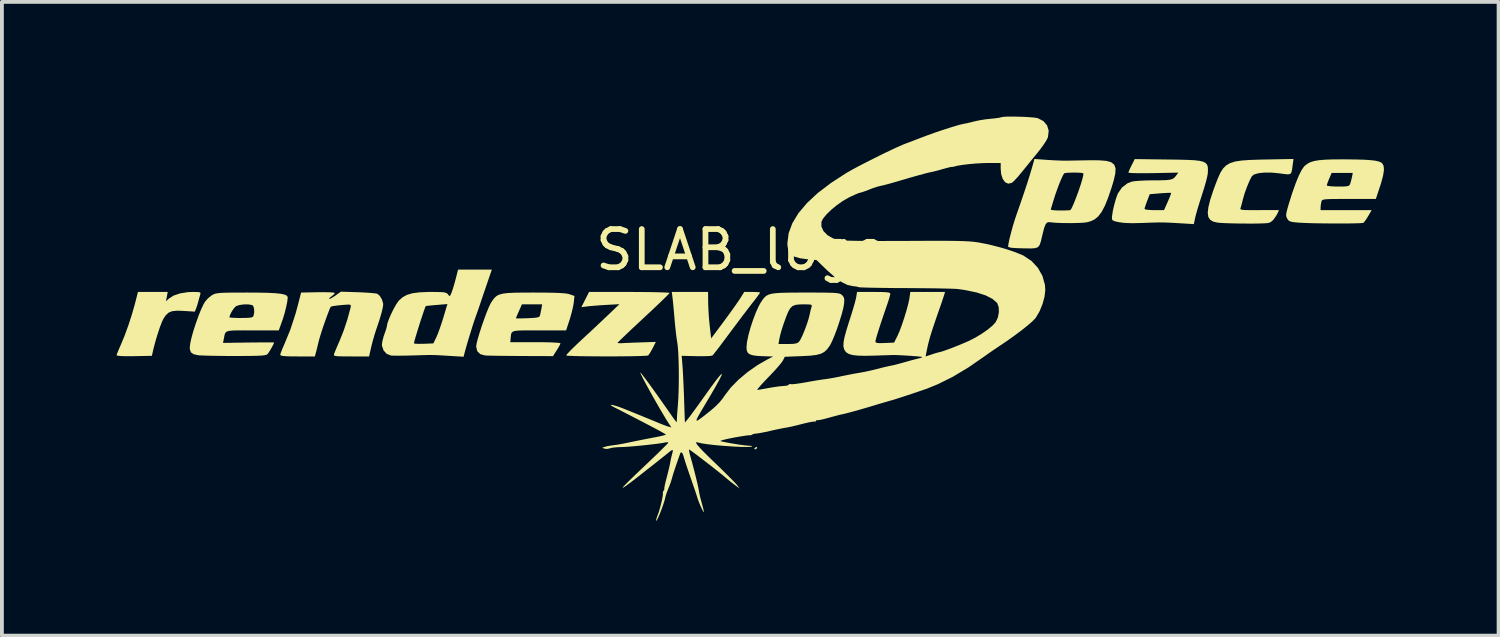
<source format=kicad_pcb>
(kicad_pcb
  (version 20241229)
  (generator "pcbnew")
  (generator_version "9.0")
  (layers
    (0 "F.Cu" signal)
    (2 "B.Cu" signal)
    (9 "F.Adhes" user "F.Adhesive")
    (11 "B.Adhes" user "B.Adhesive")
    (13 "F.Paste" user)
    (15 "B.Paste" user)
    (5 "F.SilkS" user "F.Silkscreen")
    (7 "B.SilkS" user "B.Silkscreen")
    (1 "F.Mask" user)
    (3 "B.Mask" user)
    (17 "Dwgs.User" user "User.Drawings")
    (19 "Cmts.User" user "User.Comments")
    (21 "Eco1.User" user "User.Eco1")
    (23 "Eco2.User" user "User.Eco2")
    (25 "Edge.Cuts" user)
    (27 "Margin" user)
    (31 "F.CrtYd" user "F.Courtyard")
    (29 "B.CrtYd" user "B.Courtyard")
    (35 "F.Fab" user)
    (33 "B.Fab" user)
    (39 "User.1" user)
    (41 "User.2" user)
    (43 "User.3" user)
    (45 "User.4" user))
  (footprint "SLAB_logo"
    (layer "F.Cu")
    (at 16.359 3.988)
    (property "Reference" "SLAB_logo" (at 0 -0.5 0) (unlocked yes) (layer "F.SilkS") (effects (font (size 1 1) (thickness 0.15))))
    (attr smd board_only exclude_from_pos_files exclude_from_bom)
    (fp_poly (pts (xy 0.402 4.675) (xy 0.396 4.687) (xy 0.353 4.719) (xy 0.344 4.72) (xy 0.326 4.7) (xy 0.331 4.687) (xy 0.374 4.656) (xy 0.384 4.655)) (stroke (width 0) (type solid)) (fill yes) (layer "F.SilkS"))
    (fp_poly (pts (xy -15.044 0.722) (xy -15.067 0.843) (xy -14.991 0.774) (xy -14.866 0.694) (xy -14.695 0.637) (xy -14.493 0.605) (xy -14.376 0.6) (xy -14.258 0.601) (xy -14.192 0.607) (xy -14.165 0.623) (xy -14.166 0.653) (xy -14.172 0.673) (xy -14.197 0.76) (xy -14.219 0.843) (xy -14.249 0.948) (xy -14.277 1.028) (xy -14.312 1.115) (xy -14.604 1.096) (xy -14.778 1.09) (xy -14.904 1.103) (xy -14.996 1.14) (xy -15.069 1.207) (xy -15.128 1.291) (xy -15.17 1.378) (xy -15.222 1.512) (xy -15.277 1.676) (xy -15.332 1.854) (xy -15.379 2.029) (xy -15.399 2.108) (xy -15.435 2.271) (xy -15.897 2.28) (xy -16.086 2.281) (xy -16.23 2.278) (xy -16.323 2.27) (xy -16.358 2.258) (xy -16.359 2.257) (xy -16.346 2.214) (xy -16.312 2.129) (xy -16.264 2.019) (xy -16.251 1.989) (xy -16.153 1.754) (xy -16.053 1.48) (xy -15.959 1.191) (xy -15.879 0.911) (xy -15.868 0.868) (xy -15.8 0.6) (xy -15.021 0.6)) (stroke (width 0) (type solid)) (fill yes) (layer "F.SilkS"))
    (fp_poly (pts (xy 14.41 -2.721) (xy 14.394 -2.601) (xy 14.376 -2.525) (xy 14.344 -2.486) (xy 14.284 -2.476) (xy 14.184 -2.486) (xy 14.061 -2.503) (xy 13.853 -2.523) (xy 13.666 -2.523) (xy 13.511 -2.506) (xy 13.398 -2.472) (xy 13.341 -2.426) (xy 13.279 -2.304) (xy 13.213 -2.146) (xy 13.153 -1.98) (xy 13.111 -1.835) (xy 13.11 -1.833) (xy 13.083 -1.723) (xy 13.058 -1.632) (xy 13.046 -1.596) (xy 13.041 -1.574) (xy 13.053 -1.559) (xy 13.091 -1.548) (xy 13.163 -1.543) (xy 13.279 -1.541) (xy 13.448 -1.541) (xy 13.522 -1.541) (xy 13.696 -1.542) (xy 13.847 -1.543) (xy 13.962 -1.543) (xy 14.031 -1.543) (xy 14.045 -1.542) (xy 14.043 -1.517) (xy 14.012 -1.452) (xy 13.972 -1.383) (xy 13.897 -1.279) (xy 13.827 -1.223) (xy 13.773 -1.204) (xy 13.7 -1.197) (xy 13.575 -1.192) (xy 13.413 -1.189) (xy 13.228 -1.189) (xy 13.033 -1.19) (xy 12.842 -1.194) (xy 12.67 -1.199) (xy 12.529 -1.206) (xy 12.435 -1.215) (xy 12.326 -1.242) (xy 12.248 -1.291) (xy 12.202 -1.367) (xy 12.188 -1.477) (xy 12.206 -1.625) (xy 12.254 -1.817) (xy 12.334 -2.058) (xy 12.388 -2.206) (xy 12.456 -2.381) (xy 12.52 -2.521) (xy 12.589 -2.63) (xy 12.671 -2.712) (xy 12.773 -2.771) (xy 12.904 -2.812) (xy 13.072 -2.838) (xy 13.285 -2.853) (xy 13.551 -2.862) (xy 13.691 -2.865) (xy 14.432 -2.879)) (stroke (width 0) (type solid)) (fill yes) (layer "F.SilkS"))
    (fp_poly (pts (xy -2.69 0.601) (xy -2.458 0.603) (xy -2.256 0.606) (xy -2.091 0.611) (xy -1.971 0.616) (xy -1.903 0.622) (xy -1.891 0.625) (xy -1.914 0.653) (xy -1.978 0.719) (xy -2.079 0.817) (xy -2.209 0.942) (xy -2.363 1.088) (xy -2.535 1.248) (xy -2.571 1.282) (xy -2.746 1.445) (xy -2.904 1.593) (xy -3.04 1.722) (xy -3.147 1.824) (xy -3.22 1.896) (xy -3.252 1.93) (xy -3.253 1.932) (xy -3.225 1.941) (xy -3.156 1.941) (xy -3.148 1.941) (xy -3.074 1.936) (xy -2.953 1.931) (xy -2.801 1.925) (xy -2.647 1.92) (xy -2.251 1.907) (xy -2.335 2.073) (xy -2.387 2.168) (xy -2.432 2.238) (xy -2.454 2.262) (xy -2.496 2.268) (xy -2.591 2.274) (xy -2.732 2.278) (xy -2.909 2.282) (xy -3.112 2.284) (xy -3.333 2.286) (xy -3.561 2.286) (xy -3.788 2.285) (xy -4.004 2.283) (xy -4.2 2.281) (xy -4.366 2.277) (xy -4.494 2.272) (xy -4.573 2.267) (xy -4.595 2.262) (xy -4.578 2.232) (xy -4.519 2.167) (xy -4.428 2.075) (xy -4.311 1.962) (xy -4.216 1.873) (xy -4.051 1.72) (xy -3.872 1.554) (xy -3.699 1.391) (xy -3.549 1.249) (xy -3.513 1.215) (xy -3.204 0.92) (xy -3.545 0.939) (xy -3.707 0.949) (xy -3.864 0.961) (xy -3.991 0.972) (xy -4.042 0.978) (xy -4.199 0.998) (xy -4.099 0.799) (xy -3.998 0.6) (xy -2.944 0.6)) (stroke (width 0) (type solid)) (fill yes) (layer "F.SilkS"))
    (fp_poly (pts (xy 16.039 -2.866) (xy 16.266 -2.86) (xy 16.441 -2.849) (xy 16.573 -2.834) (xy 16.666 -2.812) (xy 16.729 -2.784) (xy 16.753 -2.764) (xy 16.79 -2.696) (xy 16.798 -2.59) (xy 16.775 -2.442) (xy 16.722 -2.245) (xy 16.691 -2.149) (xy 16.586 -1.833) (xy 15.883 -1.833) (xy 15.652 -1.833) (xy 15.478 -1.832) (xy 15.353 -1.829) (xy 15.267 -1.824) (xy 15.214 -1.815) (xy 15.184 -1.803) (xy 15.169 -1.785) (xy 15.161 -1.761) (xy 15.16 -1.76) (xy 15.144 -1.666) (xy 15.14 -1.614) (xy 15.14 -1.541) (xy 16.476 -1.541) (xy 16.387 -1.387) (xy 16.331 -1.297) (xy 16.282 -1.23) (xy 16.262 -1.209) (xy 16.22 -1.202) (xy 16.124 -1.197) (xy 15.984 -1.194) (xy 15.81 -1.191) (xy 15.614 -1.191) (xy 15.404 -1.192) (xy 15.193 -1.194) (xy 14.99 -1.197) (xy 14.806 -1.202) (xy 14.651 -1.209) (xy 14.557 -1.214) (xy 14.431 -1.226) (xy 14.352 -1.242) (xy 14.305 -1.267) (xy 14.273 -1.308) (xy 14.267 -1.318) (xy 14.246 -1.363) (xy 14.239 -1.412) (xy 14.248 -1.479) (xy 14.273 -1.58) (xy 14.31 -1.708) (xy 14.399 -1.991) (xy 14.469 -2.187) (xy 15.302 -2.187) (xy 15.332 -2.174) (xy 15.413 -2.164) (xy 15.529 -2.158) (xy 15.595 -2.157) (xy 15.735 -2.158) (xy 15.823 -2.164) (xy 15.874 -2.177) (xy 15.9 -2.2) (xy 15.915 -2.23) (xy 15.94 -2.316) (xy 15.962 -2.409) (xy 15.982 -2.514) (xy 15.43 -2.514) (xy 15.366 -2.366) (xy 15.329 -2.274) (xy 15.306 -2.206) (xy 15.302 -2.187) (xy 14.469 -2.187) (xy 14.486 -2.236) (xy 14.568 -2.437) (xy 14.643 -2.588) (xy 14.707 -2.681) (xy 14.715 -2.69) (xy 14.786 -2.748) (xy 14.867 -2.792) (xy 14.969 -2.825) (xy 15.1 -2.847) (xy 15.269 -2.861) (xy 15.485 -2.868) (xy 15.753 -2.869)) (stroke (width 0) (type solid)) (fill yes) (layer "F.SilkS"))
    (fp_poly (pts (xy -5.162 0.617) (xy -4.94 0.621) (xy -4.769 0.627) (xy -4.642 0.636) (xy -4.554 0.648) (xy -4.506 0.661) (xy -4.38 0.705) (xy -4.398 0.877) (xy -4.417 0.99) (xy -4.452 1.136) (xy -4.495 1.289) (xy -4.507 1.327) (xy -4.599 1.606) (xy -5.304 1.606) (xy -5.539 1.605) (xy -5.717 1.606) (xy -5.847 1.61) (xy -5.936 1.62) (xy -5.992 1.638) (xy -6.024 1.667) (xy -6.039 1.71) (xy -6.046 1.768) (xy -6.051 1.833) (xy -6.059 1.914) (xy -5.402 1.914) (xy -5.194 1.915) (xy -5.016 1.919) (xy -4.877 1.925) (xy -4.783 1.933) (xy -4.746 1.942) (xy -4.745 1.943) (xy -4.762 1.985) (xy -4.804 2.062) (xy -4.844 2.126) (xy -4.942 2.279) (xy -5.76 2.276) (xy -5.992 2.274) (xy -6.21 2.272) (xy -6.403 2.27) (xy -6.56 2.267) (xy -6.67 2.264) (xy -6.715 2.262) (xy -6.843 2.228) (xy -6.922 2.151) (xy -6.951 2.034) (xy -6.951 2.025) (xy -6.94 1.948) (xy -6.909 1.825) (xy -6.863 1.67) (xy -6.807 1.497) (xy -6.745 1.32) (xy -6.734 1.29) (xy -5.913 1.29) (xy -5.883 1.292) (xy -5.802 1.292) (xy -5.685 1.29) (xy -5.606 1.287) (xy -5.459 1.28) (xy -5.365 1.27) (xy -5.311 1.255) (xy -5.287 1.231) (xy -5.284 1.222) (xy -5.268 1.155) (xy -5.249 1.06) (xy -5.246 1.046) (xy -5.225 0.924) (xy -5.754 0.924) (xy -5.834 1.104) (xy -5.876 1.199) (xy -5.904 1.267) (xy -5.913 1.29) (xy -6.734 1.29) (xy -6.684 1.154) (xy -6.626 1.012) (xy -6.578 0.908) (xy -6.562 0.881) (xy -6.512 0.805) (xy -6.463 0.745) (xy -6.408 0.699) (xy -6.338 0.666) (xy -6.245 0.643) (xy -6.12 0.628) (xy -5.957 0.62) (xy -5.746 0.617) (xy -5.479 0.616) (xy -5.443 0.616)) (stroke (width 0) (type solid)) (fill yes) (layer "F.SilkS"))
    (fp_poly (pts (xy -10.043 0.607) (xy -9.875 0.615) (xy -9.727 0.624) (xy -9.612 0.635) (xy -9.545 0.645) (xy -9.537 0.648) (xy -9.473 0.703) (xy -9.418 0.794) (xy -9.387 0.895) (xy -9.384 0.928) (xy -9.396 1.016) (xy -9.429 1.152) (xy -9.48 1.325) (xy -9.546 1.524) (xy -9.563 1.573) (xy -9.61 1.717) (xy -9.658 1.886) (xy -9.696 2.035) (xy -9.753 2.287) (xy -10.221 2.287) (xy -10.404 2.286) (xy -10.531 2.284) (xy -10.613 2.278) (xy -10.657 2.268) (xy -10.674 2.253) (xy -10.672 2.231) (xy -10.672 2.23) (xy -10.652 2.177) (xy -10.612 2.081) (xy -10.559 1.957) (xy -10.522 1.873) (xy -10.415 1.604) (xy -10.319 1.313) (xy -10.244 1.035) (xy -10.235 0.996) (xy -10.23 0.959) (xy -10.241 0.938) (xy -10.281 0.93) (xy -10.363 0.934) (xy -10.475 0.943) (xy -10.598 0.956) (xy -10.696 0.97) (xy -10.75 0.984) (xy -10.755 0.987) (xy -10.776 1.026) (xy -10.811 1.114) (xy -10.857 1.236) (xy -10.909 1.38) (xy -10.961 1.531) (xy -11.008 1.676) (xy -11.047 1.802) (xy -11.072 1.894) (xy -11.073 1.898) (xy -11.102 2.02) (xy -11.132 2.141) (xy -11.139 2.165) (xy -11.171 2.287) (xy -11.624 2.287) (xy -11.81 2.286) (xy -11.94 2.281) (xy -12.022 2.273) (xy -12.065 2.26) (xy -12.077 2.243) (xy -12.064 2.194) (xy -12.029 2.104) (xy -11.98 1.99) (xy -11.965 1.957) (xy -11.814 1.588) (xy -11.677 1.17) (xy -11.606 0.908) (xy -11.532 0.616) (xy -11.091 0.607) (xy -10.923 0.606) (xy -10.787 0.609) (xy -10.693 0.615) (xy -10.65 0.625) (xy -10.649 0.628) (xy -10.674 0.665) (xy -10.733 0.712) (xy -10.733 0.712) (xy -10.786 0.755) (xy -10.801 0.784) (xy -10.8 0.784) (xy -10.767 0.777) (xy -10.699 0.738) (xy -10.637 0.697) (xy -10.492 0.593)) (stroke (width 0) (type solid)) (fill yes) (layer "F.SilkS"))
    (fp_poly (pts (xy 11.127 -2.865) (xy 11.421 -2.861) (xy 11.656 -2.855) (xy 11.838 -2.846) (xy 11.975 -2.83) (xy 12.072 -2.806) (xy 12.136 -2.771) (xy 12.174 -2.724) (xy 12.191 -2.663) (xy 12.193 -2.584) (xy 12.189 -2.501) (xy 12.176 -2.423) (xy 12.146 -2.3) (xy 12.102 -2.147) (xy 12.05 -1.981) (xy 12.04 -1.949) (xy 11.984 -1.776) (xy 11.932 -1.608) (xy 11.89 -1.463) (xy 11.863 -1.359) (xy 11.861 -1.35) (xy 11.824 -1.175) (xy 11.446 -1.198) (xy 11.273 -1.208) (xy 11.138 -1.215) (xy 11.024 -1.218) (xy 10.915 -1.219) (xy 10.791 -1.216) (xy 10.636 -1.211) (xy 10.453 -1.204) (xy 10.199 -1.199) (xy 9.996 -1.207) (xy 9.852 -1.227) (xy 9.751 -1.251) (xy 9.699 -1.275) (xy 9.681 -1.311) (xy 9.683 -1.372) (xy 9.684 -1.38) (xy 9.704 -1.514) (xy 9.716 -1.571) (xy 10.534 -1.571) (xy 10.563 -1.557) (xy 10.643 -1.546) (xy 10.756 -1.541) (xy 10.789 -1.541) (xy 11.044 -1.541) (xy 11.142 -1.76) (xy 11.188 -1.867) (xy 11.219 -1.949) (xy 11.23 -1.989) (xy 11.229 -1.991) (xy 11.194 -1.994) (xy 11.11 -1.991) (xy 10.992 -1.984) (xy 10.944 -1.98) (xy 10.67 -1.957) (xy 10.602 -1.779) (xy 10.565 -1.678) (xy 10.54 -1.601) (xy 10.534 -1.571) (xy 9.716 -1.571) (xy 9.74 -1.674) (xy 9.784 -1.831) (xy 9.829 -1.957) (xy 9.838 -1.978) (xy 9.943 -2.131) (xy 10.086 -2.241) (xy 10.193 -2.284) (xy 10.275 -2.298) (xy 10.405 -2.309) (xy 10.565 -2.317) (xy 10.737 -2.32) (xy 10.744 -2.32) (xy 10.942 -2.321) (xy 11.086 -2.325) (xy 11.186 -2.335) (xy 11.255 -2.352) (xy 11.303 -2.379) (xy 11.341 -2.418) (xy 11.357 -2.439) (xy 11.418 -2.522) (xy 10.765 -2.509) (xy 10.567 -2.506) (xy 10.394 -2.506) (xy 10.253 -2.509) (xy 10.157 -2.514) (xy 10.113 -2.521) (xy 10.112 -2.522) (xy 10.126 -2.564) (xy 10.161 -2.643) (xy 10.195 -2.712) (xy 10.278 -2.876)) (stroke (width 0) (type solid)) (fill yes) (layer "F.SilkS"))
    (fp_poly (pts (xy -6.667 0.381) (xy -6.723 0.546) (xy -6.779 0.708) (xy -6.825 0.846) (xy -6.851 0.924) (xy -6.895 1.052) (xy -6.939 1.177) (xy -6.959 1.233) (xy -6.994 1.332) (xy -7.041 1.476) (xy -7.094 1.645) (xy -7.148 1.821) (xy -7.197 1.986) (xy -7.235 2.122) (xy -7.244 2.153) (xy -7.281 2.295) (xy -7.676 2.271) (xy -7.827 2.262) (xy -7.942 2.255) (xy -8.035 2.251) (xy -8.122 2.25) (xy -8.218 2.25) (xy -8.337 2.253) (xy -8.496 2.258) (xy -8.638 2.262) (xy -8.81 2.266) (xy -8.967 2.268) (xy -9.093 2.267) (xy -9.173 2.264) (xy -9.181 2.263) (xy -9.292 2.22) (xy -9.374 2.13) (xy -9.415 2.009) (xy -9.417 1.975) (xy -9.413 1.946) (xy -8.579 1.946) (xy -8.54 1.954) (xy -8.453 1.958) (xy -8.336 1.956) (xy -8.315 1.956) (xy -8.071 1.946) (xy -7.993 1.784) (xy -7.951 1.684) (xy -7.899 1.543) (xy -7.845 1.382) (xy -7.81 1.27) (xy -7.704 0.917) (xy -7.985 0.94) (xy -8.111 0.951) (xy -8.208 0.961) (xy -8.263 0.967) (xy -8.269 0.968) (xy -8.287 1.008) (xy -8.318 1.094) (xy -8.359 1.215) (xy -8.406 1.357) (xy -8.454 1.508) (xy -8.499 1.654) (xy -8.538 1.783) (xy -8.566 1.882) (xy -8.579 1.938) (xy -8.579 1.946) (xy -9.413 1.946) (xy -9.404 1.882) (xy -9.373 1.764) (xy -9.352 1.703) (xy -9.315 1.601) (xy -9.292 1.519) (xy -9.287 1.489) (xy -9.271 1.413) (xy -9.23 1.3) (xy -9.172 1.167) (xy -9.105 1.033) (xy -9.038 0.915) (xy -8.979 0.831) (xy -8.974 0.826) (xy -8.878 0.74) (xy -8.764 0.677) (xy -8.619 0.634) (xy -8.435 0.61) (xy -8.199 0.6) (xy -8.133 0.6) (xy -7.964 0.601) (xy -7.849 0.605) (xy -7.774 0.613) (xy -7.728 0.628) (xy -7.699 0.651) (xy -7.687 0.666) (xy -7.656 0.704) (xy -7.634 0.7) (xy -7.607 0.646) (xy -7.593 0.61) (xy -7.56 0.515) (xy -7.521 0.385) (xy -7.485 0.251) (xy -7.425 0.016) (xy -6.542 0.016)) (stroke (width 0) (type solid)) (fill yes) (layer "F.SilkS"))
    (fp_poly (pts (xy -12.634 0.618) (xy -12.392 0.623) (xy -12.203 0.633) (xy -12.064 0.648) (xy -11.968 0.668) (xy -11.91 0.694) (xy -11.884 0.728) (xy -11.882 0.744) (xy -11.892 0.845) (xy -11.921 0.987) (xy -11.961 1.149) (xy -12.01 1.311) (xy -12.031 1.37) (xy -12.116 1.606) (xy -12.808 1.606) (xy -13.038 1.605) (xy -13.212 1.606) (xy -13.338 1.61) (xy -13.424 1.62) (xy -13.479 1.638) (xy -13.512 1.667) (xy -13.53 1.709) (xy -13.542 1.768) (xy -13.553 1.826) (xy -13.575 1.933) (xy -12.907 1.923) (xy -12.706 1.921) (xy -12.53 1.92) (xy -12.388 1.919) (xy -12.288 1.92) (xy -12.241 1.922) (xy -12.239 1.923) (xy -12.254 1.965) (xy -12.293 2.04) (xy -12.341 2.124) (xy -12.387 2.196) (xy -12.413 2.229) (xy -12.439 2.244) (xy -12.487 2.256) (xy -12.566 2.264) (xy -12.683 2.27) (xy -12.844 2.273) (xy -13.057 2.275) (xy -13.265 2.276) (xy -13.497 2.275) (xy -13.716 2.272) (xy -13.911 2.269) (xy -14.071 2.264) (xy -14.184 2.259) (xy -14.228 2.255) (xy -14.347 2.228) (xy -14.415 2.179) (xy -14.442 2.097) (xy -14.444 2.052) (xy -14.432 1.946) (xy -14.399 1.796) (xy -14.349 1.618) (xy -14.287 1.426) (xy -14.229 1.264) (xy -13.407 1.264) (xy -13.377 1.271) (xy -13.296 1.277) (xy -13.178 1.281) (xy -13.102 1.281) (xy -12.954 1.279) (xy -12.859 1.272) (xy -12.805 1.258) (xy -12.78 1.235) (xy -12.777 1.23) (xy -12.758 1.138) (xy -12.761 1.043) (xy -12.783 0.97) (xy -12.809 0.944) (xy -12.906 0.926) (xy -13.028 0.926) (xy -13.147 0.942) (xy -13.234 0.973) (xy -13.241 0.977) (xy -13.296 1.036) (xy -13.353 1.123) (xy -13.395 1.212) (xy -13.407 1.264) (xy -14.229 1.264) (xy -14.22 1.237) (xy -14.151 1.065) (xy -14.086 0.926) (xy -14.045 0.855) (xy -13.967 0.766) (xy -13.87 0.689) (xy -13.861 0.683) (xy -13.822 0.662) (xy -13.779 0.646) (xy -13.723 0.635) (xy -13.646 0.626) (xy -13.539 0.621) (xy -13.393 0.618) (xy -13.2 0.617) (xy -12.951 0.616) (xy -12.936 0.616)) (stroke (width 0) (type solid)) (fill yes) (layer "F.SilkS"))
    (fp_poly (pts (xy 7.983 -2.855) (xy 8.146 -2.845) (xy 8.308 -2.838) (xy 8.443 -2.834) (xy 8.49 -2.834) (xy 8.591 -2.836) (xy 8.739 -2.839) (xy 8.912 -2.842) (xy 9.094 -2.845) (xy 9.106 -2.845) (xy 9.349 -2.844) (xy 9.533 -2.829) (xy 9.662 -2.793) (xy 9.741 -2.731) (xy 9.776 -2.635) (xy 9.77 -2.5) (xy 9.729 -2.32) (xy 9.673 -2.133) (xy 9.582 -1.865) (xy 9.497 -1.655) (xy 9.412 -1.494) (xy 9.323 -1.377) (xy 9.225 -1.296) (xy 9.113 -1.245) (xy 9.011 -1.22) (xy 8.913 -1.21) (xy 8.77 -1.204) (xy 8.601 -1.201) (xy 8.428 -1.202) (xy 8.268 -1.207) (xy 8.143 -1.215) (xy 8.096 -1.221) (xy 8.03 -1.227) (xy 7.982 -1.213) (xy 7.945 -1.168) (xy 7.912 -1.084) (xy 7.876 -0.95) (xy 7.858 -0.874) (xy 7.823 -0.726) (xy 7.79 -0.628) (xy 7.746 -0.572) (xy 7.676 -0.546) (xy 7.568 -0.538) (xy 7.426 -0.54) (xy 7.282 -0.543) (xy 7.155 -0.548) (xy 7.065 -0.555) (xy 7.038 -0.558) (xy 6.981 -0.573) (xy 6.965 -0.583) (xy 6.975 -0.664) (xy 7.001 -0.79) (xy 7.041 -0.947) (xy 7.088 -1.12) (xy 7.141 -1.292) (xy 7.192 -1.444) (xy 7.232 -1.557) (xy 8.08 -1.557) (xy 8.104 -1.545) (xy 8.178 -1.536) (xy 8.286 -1.531) (xy 8.413 -1.531) (xy 8.543 -1.536) (xy 8.589 -1.539) (xy 8.615 -1.57) (xy 8.655 -1.65) (xy 8.704 -1.765) (xy 8.758 -1.905) (xy 8.812 -2.054) (xy 8.862 -2.201) (xy 8.902 -2.332) (xy 8.928 -2.434) (xy 8.935 -2.495) (xy 8.932 -2.504) (xy 8.891 -2.514) (xy 8.806 -2.521) (xy 8.698 -2.523) (xy 8.587 -2.521) (xy 8.494 -2.516) (xy 8.439 -2.506) (xy 8.436 -2.505) (xy 8.407 -2.464) (xy 8.364 -2.374) (xy 8.311 -2.249) (xy 8.255 -2.101) (xy 8.2 -1.945) (xy 8.152 -1.793) (xy 8.149 -1.784) (xy 8.117 -1.677) (xy 8.092 -1.594) (xy 8.08 -1.557) (xy 7.232 -1.557) (xy 7.286 -1.712) (xy 7.378 -1.982) (xy 7.463 -2.238) (xy 7.535 -2.466) (xy 7.59 -2.651) (xy 7.601 -2.689) (xy 7.654 -2.879)) (stroke (width 0) (type solid)) (fill yes) (layer "F.SilkS"))
    (fp_poly (pts (xy 7.22 -3.986) (xy 7.378 -3.981) (xy 7.526 -3.972) (xy 7.648 -3.962) (xy 7.73 -3.949) (xy 7.741 -3.946) (xy 7.889 -3.87) (xy 7.985 -3.758) (xy 8.027 -3.618) (xy 8.009 -3.457) (xy 8.003 -3.438) (xy 7.966 -3.364) (xy 7.897 -3.257) (xy 7.807 -3.133) (xy 7.732 -3.038) (xy 7.612 -2.892) (xy 7.483 -2.733) (xy 7.364 -2.586) (xy 7.313 -2.523) (xy 7.223 -2.415) (xy 7.14 -2.325) (xy 7.078 -2.266) (xy 7.061 -2.254) (xy 6.968 -2.233) (xy 6.887 -2.27) (xy 6.824 -2.357) (xy 6.783 -2.485) (xy 6.771 -2.627) (xy 6.771 -2.774) (xy 6.454 -2.774) (xy 6.289 -2.77) (xy 6.108 -2.759) (xy 5.928 -2.743) (xy 5.765 -2.723) (xy 5.637 -2.702) (xy 5.57 -2.684) (xy 5.512 -2.671) (xy 5.495 -2.672) (xy 5.453 -2.666) (xy 5.367 -2.646) (xy 5.256 -2.615) (xy 5.252 -2.614) (xy 5.126 -2.578) (xy 5.011 -2.549) (xy 4.938 -2.533) (xy 4.872 -2.519) (xy 4.772 -2.493) (xy 4.631 -2.455) (xy 4.443 -2.402) (xy 4.204 -2.332) (xy 3.997 -2.272) (xy 3.858 -2.232) (xy 3.733 -2.199) (xy 3.642 -2.177) (xy 3.617 -2.173) (xy 3.541 -2.153) (xy 3.431 -2.117) (xy 3.328 -2.077) (xy 3.219 -2.035) (xy 3.132 -2.006) (xy 3.087 -1.995) (xy 3.042 -1.981) (xy 2.955 -1.944) (xy 2.841 -1.891) (xy 2.785 -1.864) (xy 2.635 -1.777) (xy 2.483 -1.669) (xy 2.339 -1.551) (xy 2.216 -1.432) (xy 2.126 -1.323) (xy 2.081 -1.235) (xy 2.081 -1.234) (xy 2.081 -1.109) (xy 2.137 -0.989) (xy 2.242 -0.883) (xy 2.388 -0.8) (xy 2.489 -0.766) (xy 2.546 -0.756) (xy 2.64 -0.748) (xy 2.776 -0.742) (xy 2.958 -0.738) (xy 3.189 -0.735) (xy 3.472 -0.733) (xy 3.813 -0.734) (xy 4.214 -0.735) (xy 4.273 -0.735) (xy 4.651 -0.737) (xy 4.97 -0.738) (xy 5.238 -0.738) (xy 5.46 -0.737) (xy 5.642 -0.734) (xy 5.792 -0.73) (xy 5.915 -0.724) (xy 6.018 -0.717) (xy 6.107 -0.707) (xy 6.189 -0.695) (xy 6.235 -0.687) (xy 6.464 -0.641) (xy 6.706 -0.58) (xy 6.942 -0.512) (xy 7.154 -0.44) (xy 7.326 -0.37) (xy 7.367 -0.351) (xy 7.577 -0.211) (xy 7.745 -0.03) (xy 7.864 0.182) (xy 7.929 0.415) (xy 7.938 0.551) (xy 7.918 0.725) (xy 7.864 0.921) (xy 7.786 1.111) (xy 7.693 1.269) (xy 7.672 1.296) (xy 7.594 1.375) (xy 7.471 1.481) (xy 7.314 1.606) (xy 7.131 1.743) (xy 6.934 1.883) (xy 6.747 2.009) (xy 6.611 2.1) (xy 6.467 2.199) (xy 6.349 2.283) (xy 5.92 2.579) (xy 5.515 2.821) (xy 5.129 3.013) (xy 4.841 3.13) (xy 4.734 3.167) (xy 4.597 3.214) (xy 4.442 3.266) (xy 4.285 3.318) (xy 4.137 3.366) (xy 4.014 3.406) (xy 3.928 3.432) (xy 3.896 3.44) (xy 3.851 3.453) (xy 3.76 3.479) (xy 3.64 3.515) (xy 3.588 3.53) (xy 3.344 3.604) (xy 3.12 3.669) (xy 2.925 3.724) (xy 2.768 3.766) (xy 2.661 3.793) (xy 2.635 3.798) (xy 2.558 3.815) (xy 2.442 3.845) (xy 2.306 3.882) (xy 2.265 3.894) (xy 2.14 3.927) (xy 2.038 3.949) (xy 1.976 3.957) (xy 1.965 3.955) (xy 1.939 3.962) (xy 1.937 3.974) (xy 1.918 3.996) (xy 1.908 3.992) (xy 1.866 3.992) (xy 1.776 4.007) (xy 1.655 4.034) (xy 1.575 4.054) (xy 1.429 4.091) (xy 1.294 4.123) (xy 1.19 4.144) (xy 1.159 4.149) (xy 1.075 4.164) (xy 0.951 4.189) (xy 0.808 4.22) (xy 0.753 4.233) (xy 0.613 4.264) (xy 0.486 4.289) (xy 0.394 4.303) (xy 0.371 4.305) (xy 0.299 4.316) (xy 0.263 4.336) (xy 0.228 4.352) (xy 0.222 4.349) (xy 0.183 4.349) (xy 0.093 4.36) (xy -0.035 4.38) (xy -0.188 4.406) (xy -0.206 4.41) (xy -0.353 4.439) (xy -0.468 4.466) (xy -0.541 4.487) (xy -0.563 4.5) (xy -0.561 4.502) (xy -0.485 4.521) (xy -0.365 4.545) (xy -0.22 4.57) (xy -0.071 4.594) (xy 0.062 4.612) (xy 0.159 4.622) (xy 0.183 4.623) (xy 0.251 4.627) (xy 0.276 4.639) (xy 0.275 4.641) (xy 0.23 4.652) (xy 0.133 4.656) (xy -0.005 4.654) (xy -0.172 4.647) (xy -0.356 4.635) (xy -0.545 4.621) (xy -0.729 4.604) (xy -0.894 4.585) (xy -1.029 4.565) (xy -1.123 4.546) (xy -1.139 4.54) (xy -1.187 4.53) (xy -1.199 4.546) (xy -1.174 4.591) (xy -1.108 4.669) (xy -1 4.783) (xy -0.847 4.934) (xy -0.723 5.053) (xy -0.567 5.204) (xy -0.424 5.345) (xy -0.3 5.469) (xy -0.204 5.567) (xy -0.144 5.631) (xy -0.133 5.644) (xy -0.059 5.742) (xy -0.188 5.647) (xy -0.29 5.569) (xy -0.389 5.488) (xy -0.415 5.466) (xy -0.475 5.415) (xy -0.57 5.338) (xy -0.689 5.244) (xy -0.822 5.139) (xy -0.961 5.032) (xy -1.094 4.93) (xy -1.212 4.84) (xy -1.306 4.771) (xy -1.366 4.729) (xy -1.381 4.72) (xy -1.383 4.748) (xy -1.369 4.819) (xy -1.355 4.874) (xy -1.299 5.076) (xy -1.246 5.277) (xy -1.199 5.463) (xy -1.161 5.622) (xy -1.136 5.74) (xy -1.127 5.79) (xy -1.111 5.88) (xy -1.082 6.004) (xy -1.048 6.129) (xy -1.018 6.24) (xy -0.999 6.324) (xy -0.994 6.364) (xy -0.995 6.365) (xy -1.012 6.344) (xy -1.044 6.282) (xy -1.084 6.195) (xy -1.122 6.103) (xy -1.152 6.023) (xy -1.162 5.989) (xy -1.177 5.941) (xy -1.209 5.844) (xy -1.255 5.71) (xy -1.31 5.551) (xy -1.339 5.466) (xy -1.398 5.296) (xy -1.45 5.142) (xy -1.49 5.018) (xy -1.515 4.935) (xy -1.521 4.914) (xy -1.547 4.835) (xy -1.579 4.796) (xy -1.607 4.807) (xy -1.612 4.82) (xy -1.63 4.871) (xy -1.662 4.965) (xy -1.704 5.083) (xy -1.713 5.109) (xy -1.758 5.243) (xy -1.799 5.369) (xy -1.826 5.462) (xy -1.827 5.469) (xy -1.858 5.572) (xy -1.903 5.693) (xy -1.922 5.739) (xy -1.963 5.844) (xy -1.994 5.936) (xy -2.001 5.967) (xy -2.021 6.05) (xy -2.055 6.156) (xy -2.096 6.272) (xy -2.14 6.386) (xy -2.182 6.485) (xy -2.217 6.557) (xy -2.24 6.59) (xy -2.246 6.581) (xy -2.235 6.529) (xy -2.207 6.448) (xy -2.201 6.433) (xy -2.169 6.344) (xy -2.136 6.23) (xy -2.105 6.107) (xy -2.081 5.994) (xy -2.067 5.907) (xy -2.067 5.863) (xy -2.068 5.862) (xy -2.065 5.827) (xy -2.049 5.801) (xy -2.026 5.765) (xy -2.03 5.758) (xy -2.03 5.729) (xy -2.015 5.651) (xy -1.989 5.538) (xy -1.968 5.46) (xy -1.932 5.317) (xy -1.9 5.187) (xy -1.879 5.09) (xy -1.875 5.063) (xy -1.855 4.958) (xy -1.828 4.852) (xy -1.806 4.764) (xy -1.813 4.732) (xy -1.854 4.751) (xy -1.895 4.783) (xy -1.952 4.83) (xy -2.051 4.909) (xy -2.178 5.01) (xy -2.323 5.125) (xy -2.475 5.244) (xy -2.623 5.36) (xy -2.755 5.464) (xy -2.862 5.546) (xy -2.93 5.598) (xy -3.027 5.669) (xy -3.091 5.712) (xy -3.12 5.726) (xy -3.111 5.707) (xy -3.063 5.654) (xy -2.974 5.564) (xy -2.843 5.437) (xy -2.667 5.268) (xy -2.531 5.139) (xy -2.369 4.985) (xy -2.222 4.844) (xy -2.099 4.723) (xy -2.004 4.629) (xy -1.944 4.568) (xy -1.927 4.547) (xy -1.943 4.53) (xy -1.993 4.536) (xy -2.08 4.552) (xy -2.217 4.572) (xy -2.387 4.592) (xy -2.574 4.613) (xy -2.764 4.631) (xy -2.94 4.646) (xy -3.087 4.656) (xy -3.162 4.658) (xy -3.287 4.664) (xy -3.392 4.676) (xy -3.455 4.692) (xy -3.457 4.693) (xy -3.534 4.708) (xy -3.586 4.701) (xy -3.658 4.678) (xy -3.59 4.653) (xy -3.517 4.634) (xy -3.412 4.616) (xy -3.363 4.61) (xy -3.256 4.595) (xy -3.113 4.57) (xy -2.958 4.539) (xy -2.912 4.529) (xy -2.739 4.493) (xy -2.538 4.453) (xy -2.348 4.416) (xy -2.304 4.408) (xy -2.171 4.382) (xy -2.065 4.358) (xy -2.001 4.339) (xy -1.988 4.331) (xy -2.016 4.311) (xy -2.097 4.265) (xy -2.224 4.196) (xy -2.393 4.106) (xy -2.598 3.999) (xy -2.833 3.877) (xy -3.093 3.743) (xy -3.35 3.612) (xy -3.417 3.574) (xy -3.429 3.555) (xy -3.395 3.555) (xy -3.322 3.573) (xy -3.218 3.606) (xy -3.097 3.652) (xy -2.829 3.76) (xy -2.552 3.873) (xy -2.293 3.979) (xy -2.183 4.025) (xy -2.071 4.07) (xy -1.972 4.107) (xy -1.925 4.122) (xy -1.845 4.144) (xy -1.906 4.051) (xy -1.975 3.943) (xy -2.057 3.806) (xy -2.149 3.65) (xy -2.245 3.483) (xy -2.342 3.313) (xy -2.433 3.148) (xy -2.515 2.998) (xy -2.583 2.871) (xy -2.631 2.774) (xy -2.656 2.718) (xy -2.654 2.708) (xy -2.619 2.748) (xy -2.552 2.835) (xy -2.458 2.961) (xy -2.343 3.119) (xy -2.211 3.304) (xy -2.067 3.507) (xy -1.916 3.722) (xy -1.86 3.803) (xy -1.792 3.9) (xy -1.739 3.972) (xy -1.711 4.005) (xy -1.71 4.006) (xy -1.702 3.979) (xy -1.701 3.949) (xy -1.699 3.894) (xy -1.693 3.791) (xy -1.682 3.657) (xy -1.675 3.568) (xy -1.662 3.373) (xy -1.654 3.147) (xy -1.65 2.905) (xy -1.65 2.66) (xy -1.655 2.425) (xy -1.663 2.215) (xy -1.675 2.043) (xy -1.689 1.93) (xy -1.708 1.811) (xy -1.728 1.65) (xy -1.747 1.47) (xy -1.761 1.314) (xy -1.776 1.141) (xy -1.791 0.977) (xy -1.804 0.84) (xy -1.814 0.754) (xy -1.834 0.6) (xy -0.885 0.6) (xy -0.882 0.884) (xy -0.876 1.051) (xy -0.864 1.248) (xy -0.847 1.439) (xy -0.841 1.492) (xy -0.804 1.816) (xy -0.478 1.379) (xy -0.36 1.218) (xy -0.246 1.061) (xy -0.148 0.922) (xy -0.073 0.813) (xy -0.045 0.77) (xy 0.062 0.6) (xy 0.27 0.6) (xy 0.376 0.602) (xy 0.451 0.608) (xy 0.477 0.616) (xy 0.459 0.646) (xy 0.408 0.716) (xy 0.335 0.813) (xy 0.28 0.883) (xy 0.198 0.989) (xy 0.116 1.096) (xy 0.027 1.212) (xy -0.075 1.348) (xy -0.197 1.51) (xy -0.345 1.709) (xy -0.51 1.93) (xy -0.602 2.053) (xy -0.683 2.157) (xy -0.742 2.231) (xy -0.771 2.263) (xy -0.815 2.273) (xy -0.909 2.279) (xy -1.041 2.281) (xy -1.189 2.28) (xy -1.575 2.271) (xy -1.554 2.53) (xy -1.546 2.649) (xy -1.537 2.816) (xy -1.527 3.015) (xy -1.518 3.229) (xy -1.512 3.403) (xy -1.491 4.017) (xy -1.412 3.922) (xy -1.368 3.866) (xy -1.295 3.767) (xy -1.199 3.636) (xy -1.088 3.482) (xy -0.976 3.325) (xy -0.815 3.1) (xy -0.689 2.93) (xy -0.598 2.814) (xy -0.542 2.753) (xy -0.522 2.746) (xy -0.537 2.793) (xy -0.588 2.894) (xy -0.673 3.05) (xy -0.794 3.259) (xy -0.95 3.523) (xy -0.969 3.555) (xy -1.073 3.73) (xy -1.144 3.854) (xy -1.182 3.931) (xy -1.188 3.967) (xy -1.162 3.964) (xy -1.106 3.928) (xy -1.019 3.864) (xy -1.013 3.859) (xy -0.83 3.715) (xy -0.691 3.595) (xy -0.584 3.487) (xy -0.499 3.382) (xy -0.445 3.303) (xy -0.291 3.102) (xy -0.088 2.895) (xy 0.151 2.695) (xy 0.412 2.512) (xy 0.658 2.371) (xy 0.818 2.289) (xy 0.64 2.284) (xy 0.443 2.276) (xy 0.303 2.261) (xy 0.21 2.233) (xy 0.154 2.191) (xy 0.127 2.128) (xy 0.121 2.044) (xy 0.129 1.962) (xy 0.958 1.962) (xy 1.199 1.962) (xy 1.333 1.959) (xy 1.419 1.947) (xy 1.473 1.922) (xy 1.495 1.902) (xy 1.538 1.836) (xy 1.591 1.724) (xy 1.648 1.586) (xy 1.702 1.438) (xy 1.747 1.297) (xy 1.775 1.184) (xy 1.797 1.082) (xy 1.819 1) (xy 1.825 0.981) (xy 1.83 0.951) (xy 1.807 0.933) (xy 1.743 0.926) (xy 1.635 0.924) (xy 1.502 0.927) (xy 1.402 0.939) (xy 1.326 0.969) (xy 1.266 1.026) (xy 1.212 1.119) (xy 1.156 1.256) (xy 1.088 1.445) (xy 1.083 1.46) (xy 1.04 1.595) (xy 1.003 1.728) (xy 0.981 1.825) (xy 0.958 1.962) (xy 0.129 1.962) (xy 0.134 1.908) (xy 0.171 1.731) (xy 0.226 1.531) (xy 0.294 1.326) (xy 0.368 1.132) (xy 0.443 0.967) (xy 0.489 0.885) (xy 0.538 0.81) (xy 0.584 0.75) (xy 0.635 0.704) (xy 0.699 0.67) (xy 0.784 0.646) (xy 0.897 0.631) (xy 1.047 0.622) (xy 1.242 0.618) (xy 1.488 0.616) (xy 1.666 0.616) (xy 1.929 0.616) (xy 2.135 0.617) (xy 2.291 0.62) (xy 2.406 0.624) (xy 2.487 0.631) (xy 2.542 0.64) (xy 2.579 0.653) (xy 2.606 0.67) (xy 2.619 0.681) (xy 2.661 0.73) (xy 2.679 0.789) (xy 2.676 0.882) (xy 2.673 0.913) (xy 2.652 1.029) (xy 2.611 1.185) (xy 2.556 1.365) (xy 2.493 1.553) (xy 2.427 1.73) (xy 2.363 1.882) (xy 2.308 1.992) (xy 2.297 2.009) (xy 2.229 2.102) (xy 2.157 2.169) (xy 2.068 2.216) (xy 1.951 2.247) (xy 1.795 2.267) (xy 1.587 2.278) (xy 1.561 2.279) (xy 1.123 2.296) (xy 1.072 2.397) (xy 1.03 2.457) (xy 0.953 2.55) (xy 0.85 2.666) (xy 0.73 2.793) (xy 0.694 2.83) (xy 0.581 2.948) (xy 0.49 3.047) (xy 0.428 3.12) (xy 0.401 3.159) (xy 0.403 3.163) (xy 0.449 3.157) (xy 0.542 3.142) (xy 0.663 3.12) (xy 0.705 3.112) (xy 0.848 3.088) (xy 0.983 3.069) (xy 1.085 3.06) (xy 1.098 3.059) (xy 1.178 3.051) (xy 1.221 3.032) (xy 1.224 3.026) (xy 1.247 3.007) (xy 1.272 3.012) (xy 1.322 3.014) (xy 1.421 3.004) (xy 1.552 2.985) (xy 1.669 2.965) (xy 1.83 2.936) (xy 1.983 2.91) (xy 2.108 2.891) (xy 2.164 2.884) (xy 2.262 2.87) (xy 2.4 2.846) (xy 2.553 2.816) (xy 2.618 2.802) (xy 2.777 2.77) (xy 2.936 2.739) (xy 3.067 2.716) (xy 3.105 2.71) (xy 3.226 2.687) (xy 3.379 2.654) (xy 3.531 2.617) (xy 3.543 2.614) (xy 3.678 2.579) (xy 3.801 2.55) (xy 3.888 2.531) (xy 3.9 2.529) (xy 3.976 2.513) (xy 4.092 2.483) (xy 4.228 2.446) (xy 4.273 2.434) (xy 4.41 2.395) (xy 4.534 2.362) (xy 4.623 2.34) (xy 4.642 2.335) (xy 4.703 2.318) (xy 4.72 2.301) (xy 4.72 2.301) (xy 4.685 2.295) (xy 4.6 2.286) (xy 4.482 2.277) (xy 4.346 2.267) (xy 4.207 2.259) (xy 4.08 2.253) (xy 3.982 2.25) (xy 3.948 2.25) (xy 3.899 2.252) (xy 3.799 2.255) (xy 3.661 2.259) (xy 3.498 2.265) (xy 3.457 2.266) (xy 3.218 2.271) (xy 3.034 2.266) (xy 2.898 2.251) (xy 2.8 2.223) (xy 2.732 2.181) (xy 2.708 2.155) (xy 2.672 2.094) (xy 2.656 2.015) (xy 2.661 1.909) (xy 2.688 1.77) (xy 2.739 1.587) (xy 2.81 1.36) (xy 2.867 1.182) (xy 2.918 1.014) (xy 2.959 0.871) (xy 2.985 0.768) (xy 2.991 0.738) (xy 3.013 0.6) (xy 3.448 0.6) (xy 3.629 0.601) (xy 3.754 0.605) (xy 3.832 0.614) (xy 3.872 0.627) (xy 3.884 0.646) (xy 3.873 0.697) (xy 3.847 0.79) (xy 3.809 0.907) (xy 3.801 0.929) (xy 3.704 1.212) (xy 3.624 1.452) (xy 3.562 1.644) (xy 3.519 1.786) (xy 3.497 1.872) (xy 3.494 1.894) (xy 3.503 1.92) (xy 3.538 1.935) (xy 3.613 1.939) (xy 3.738 1.936) (xy 3.982 1.925) (xy 4.066 1.759) (xy 4.122 1.634) (xy 4.184 1.467) (xy 4.248 1.277) (xy 4.306 1.085) (xy 4.353 0.91) (xy 4.383 0.772) (xy 4.385 0.754) (xy 4.407 0.6) (xy 5.315 0.6) (xy 5.294 0.673) (xy 5.272 0.739) (xy 5.237 0.845) (xy 5.195 0.967) (xy 5.193 0.973) (xy 5.103 1.231) (xy 5.032 1.438) (xy 4.977 1.604) (xy 4.935 1.738) (xy 4.903 1.851) (xy 4.876 1.953) (xy 4.857 2.035) (xy 4.833 2.153) (xy 4.815 2.241) (xy 4.809 2.285) (xy 4.809 2.287) (xy 4.841 2.277) (xy 4.913 2.252) (xy 4.955 2.238) (xy 5.059 2.204) (xy 5.15 2.179) (xy 5.171 2.175) (xy 5.247 2.154) (xy 5.368 2.112) (xy 5.518 2.056) (xy 5.681 1.991) (xy 5.843 1.923) (xy 5.943 1.879) (xy 6.111 1.793) (xy 6.279 1.691) (xy 6.433 1.584) (xy 6.558 1.48) (xy 6.638 1.392) (xy 6.639 1.391) (xy 6.697 1.269) (xy 6.724 1.13) (xy 6.719 0.997) (xy 6.681 0.893) (xy 6.674 0.884) (xy 6.557 0.782) (xy 6.38 0.691) (xy 6.146 0.615) (xy 5.858 0.554) (xy 5.635 0.522) (xy 5.57 0.518) (xy 5.448 0.514) (xy 5.277 0.51) (xy 5.067 0.506) (xy 4.825 0.503) (xy 4.561 0.501) (xy 4.289 0.499) (xy 4.016 0.498) (xy 3.762 0.495) (xy 3.537 0.492) (xy 3.346 0.488) (xy 3.197 0.484) (xy 3.098 0.48) (xy 3.057 0.475) (xy 3.056 0.475) (xy 3.005 0.46) (xy 2.919 0.449) (xy 2.897 0.447) (xy 2.762 0.417) (xy 2.611 0.342) (xy 2.44 0.22) (xy 2.243 0.045) (xy 2.213 0.017) (xy 1.953 -0.234) (xy 1.724 -0.254) (xy 1.52 -0.282) (xy 1.373 -0.325) (xy 1.275 -0.39) (xy 1.217 -0.484) (xy 1.193 -0.612) (xy 1.191 -0.676) (xy 1.223 -0.935) (xy 1.32 -1.197) (xy 1.479 -1.46) (xy 1.702 -1.724) (xy 1.986 -1.989) (xy 2.332 -2.252) (xy 2.738 -2.515) (xy 2.757 -2.526) (xy 2.889 -2.601) (xy 3.06 -2.693) (xy 3.258 -2.795) (xy 3.47 -2.902) (xy 3.683 -3.008) (xy 3.884 -3.104) (xy 4.062 -3.187) (xy 4.202 -3.249) (xy 4.262 -3.273) (xy 4.347 -3.305) (xy 4.472 -3.352) (xy 4.616 -3.408) (xy 4.695 -3.438) (xy 4.863 -3.501) (xy 5.049 -3.568) (xy 5.241 -3.633) (xy 5.424 -3.692) (xy 5.586 -3.742) (xy 5.713 -3.778) (xy 5.794 -3.796) (xy 5.796 -3.797) (xy 5.872 -3.811) (xy 5.983 -3.837) (xy 6.073 -3.86) (xy 6.211 -3.89) (xy 6.374 -3.916) (xy 6.511 -3.931) (xy 6.633 -3.943) (xy 6.73 -3.957) (xy 6.784 -3.97) (xy 6.787 -3.971) (xy 6.836 -3.981) (xy 6.934 -3.987) (xy 7.067 -3.988)) (stroke (width 0) (type solid)) (fill yes) (layer "F.SilkS")))
  (gr_rect
    (start -3 -3)
    (end 36.156 13.579)
    (stroke (width 0.1) (type default))
    (fill no)
    (layer "Edge.Cuts")))
</source>
